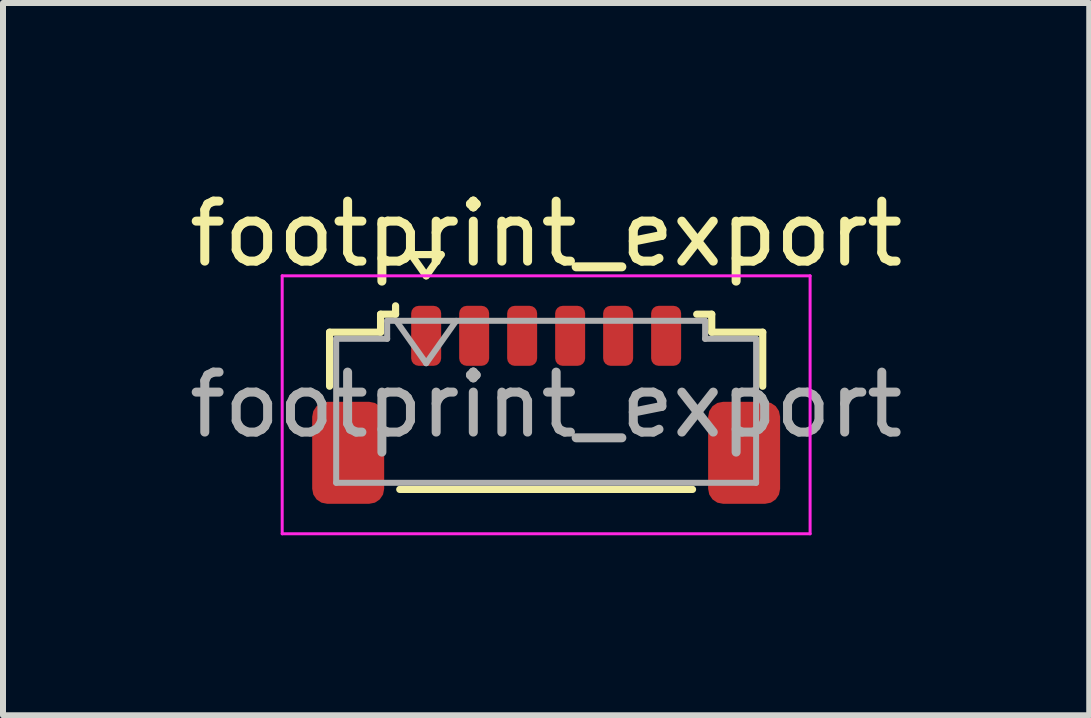
<source format=kicad_pcb>
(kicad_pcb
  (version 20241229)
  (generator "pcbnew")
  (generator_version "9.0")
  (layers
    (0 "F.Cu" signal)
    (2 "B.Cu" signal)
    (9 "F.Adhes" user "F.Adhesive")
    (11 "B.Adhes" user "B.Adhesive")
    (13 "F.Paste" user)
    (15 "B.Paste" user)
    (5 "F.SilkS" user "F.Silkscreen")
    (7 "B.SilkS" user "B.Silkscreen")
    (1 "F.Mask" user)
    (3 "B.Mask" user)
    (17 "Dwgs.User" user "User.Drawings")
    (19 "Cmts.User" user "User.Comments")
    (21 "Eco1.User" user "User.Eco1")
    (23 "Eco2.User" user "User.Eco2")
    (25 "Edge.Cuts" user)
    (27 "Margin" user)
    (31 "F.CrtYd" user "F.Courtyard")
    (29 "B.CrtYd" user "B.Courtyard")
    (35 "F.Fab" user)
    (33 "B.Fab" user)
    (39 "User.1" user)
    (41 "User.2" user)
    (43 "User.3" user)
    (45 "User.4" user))
  (footprint "footprint_export"
    (layer "F.Cu")
    (at 6.054 3.698)
    (property "Reference" "footprint_export" (at 0 -2.85 0) (layer "F.SilkS") (effects (font (size 1 1) (thickness 0.15))))
    (attr smd)
    (fp_line (start -3.61 -1.21) (end -2.76 -1.21) (stroke (width 0.12) (type solid)) (layer "F.SilkS"))
    (fp_line (start -3.61 -0.31) (end -3.61 -1.21) (stroke (width 0.12) (type solid)) (layer "F.SilkS"))
    (fp_line (start -2.76 -1.51) (end -2.51 -1.51) (stroke (width 0.12) (type solid)) (layer "F.SilkS"))
    (fp_line (start -2.76 -1.21) (end -2.76 -1.51) (stroke (width 0.12) (type solid)) (layer "F.SilkS"))
    (fp_line (start -2.51 -1.51) (end -2.51 -1.65) (stroke (width 0.12) (type solid)) (layer "F.SilkS"))
    (fp_line (start -2.44 1.41) (end 2.44 1.41) (stroke (width 0.12) (type solid)) (layer "F.SilkS"))
    (fp_line (start -2.25 -2.504) (end -2 -2.15) (stroke (width 0.12) (type solid)) (layer "F.SilkS"))
    (fp_line (start -2 -2.15) (end -1.75 -2.504) (stroke (width 0.12) (type solid)) (layer "F.SilkS"))
    (fp_line (start -1.75 -2.504) (end -2.25 -2.504) (stroke (width 0.12) (type solid)) (layer "F.SilkS"))
    (fp_line (start 2.76 -1.51) (end 2.51 -1.51) (stroke (width 0.12) (type solid)) (layer "F.SilkS"))
    (fp_line (start 2.76 -1.21) (end 2.76 -1.51) (stroke (width 0.12) (type solid)) (layer "F.SilkS"))
    (fp_line (start 3.61 -1.21) (end 2.76 -1.21) (stroke (width 0.12) (type solid)) (layer "F.SilkS"))
    (fp_line (start 3.61 -0.31) (end 3.61 -1.21) (stroke (width 0.12) (type solid)) (layer "F.SilkS"))
    (fp_line (start -4.4 -2.15) (end -4.4 2.15) (stroke (width 0.05) (type solid)) (layer "F.CrtYd"))
    (fp_line (start -4.4 2.15) (end 4.4 2.15) (stroke (width 0.05) (type solid)) (layer "F.CrtYd"))
    (fp_line (start 4.4 -2.15) (end -4.4 -2.15) (stroke (width 0.05) (type solid)) (layer "F.CrtYd"))
    (fp_line (start 4.4 2.15) (end 4.4 -2.15) (stroke (width 0.05) (type solid)) (layer "F.CrtYd"))
    (fp_line (start -3.5 -1.1) (end -3.5 1.3) (stroke (width 0.1) (type solid)) (layer "F.Fab"))
    (fp_line (start -3.5 -1.1) (end -2.65 -1.1) (stroke (width 0.1) (type solid)) (layer "F.Fab"))
    (fp_line (start -3.5 1.3) (end 3.5 1.3) (stroke (width 0.1) (type solid)) (layer "F.Fab"))
    (fp_line (start -2.65 -1.4) (end 2.65 -1.4) (stroke (width 0.1) (type solid)) (layer "F.Fab"))
    (fp_line (start -2.65 -1.1) (end -2.65 -1.4) (stroke (width 0.1) (type solid)) (layer "F.Fab"))
    (fp_line (start -2.5 -1.4) (end -2 -0.693) (stroke (width 0.1) (type solid)) (layer "F.Fab"))
    (fp_line (start -2 -0.693) (end -1.5 -1.4) (stroke (width 0.1) (type solid)) (layer "F.Fab"))
    (fp_line (start 2.65 -1.4) (end 2.65 -1.1) (stroke (width 0.1) (type solid)) (layer "F.Fab"))
    (fp_line (start 2.65 -1.1) (end 3.5 -1.1) (stroke (width 0.1) (type solid)) (layer "F.Fab"))
    (fp_line (start 3.5 -1.1) (end 3.5 1.3) (stroke (width 0.1) (type solid)) (layer "F.Fab"))
    (fp_text user "${REFERENCE}" (at 0 0 0) (layer "F.Fab") (effects (font (size 1 1) (thickness 0.15))))
    (pad "1" smd roundrect (at -2 -1.15) (size 0.5 1) (layers "F.Cu" "F.Mask" "F.Paste") (roundrect_rratio 0.25))
    (pad "2" smd roundrect (at -1.2 -1.15) (size 0.5 1) (layers "F.Cu" "F.Mask" "F.Paste") (roundrect_rratio 0.25))
    (pad "3" smd roundrect (at -0.4 -1.15) (size 0.5 1) (layers "F.Cu" "F.Mask" "F.Paste") (roundrect_rratio 0.25))
    (pad "4" smd roundrect (at 0.4 -1.15) (size 0.5 1) (layers "F.Cu" "F.Mask" "F.Paste") (roundrect_rratio 0.25))
    (pad "5" smd roundrect (at 1.2 -1.15) (size 0.5 1) (layers "F.Cu" "F.Mask" "F.Paste") (roundrect_rratio 0.25))
    (pad "6" smd roundrect (at 2 -1.15) (size 0.5 1) (layers "F.Cu" "F.Mask" "F.Paste") (roundrect_rratio 0.25))
    (pad "MP" smd roundrect (at -3.3 0.8) (size 1.2 1.7) (layers "F.Cu" "F.Mask" "F.Paste") (roundrect_rratio 0.208))
    (pad "MP" smd roundrect (at 3.3 0.8) (size 1.2 1.7) (layers "F.Cu" "F.Mask" "F.Paste") (roundrect_rratio 0.208)))
  (gr_rect
    (start -3 -3)
    (end 15.107 8.873)
    (stroke (width 0.1) (type default))
    (fill no)
    (layer "Edge.Cuts")))
</source>
